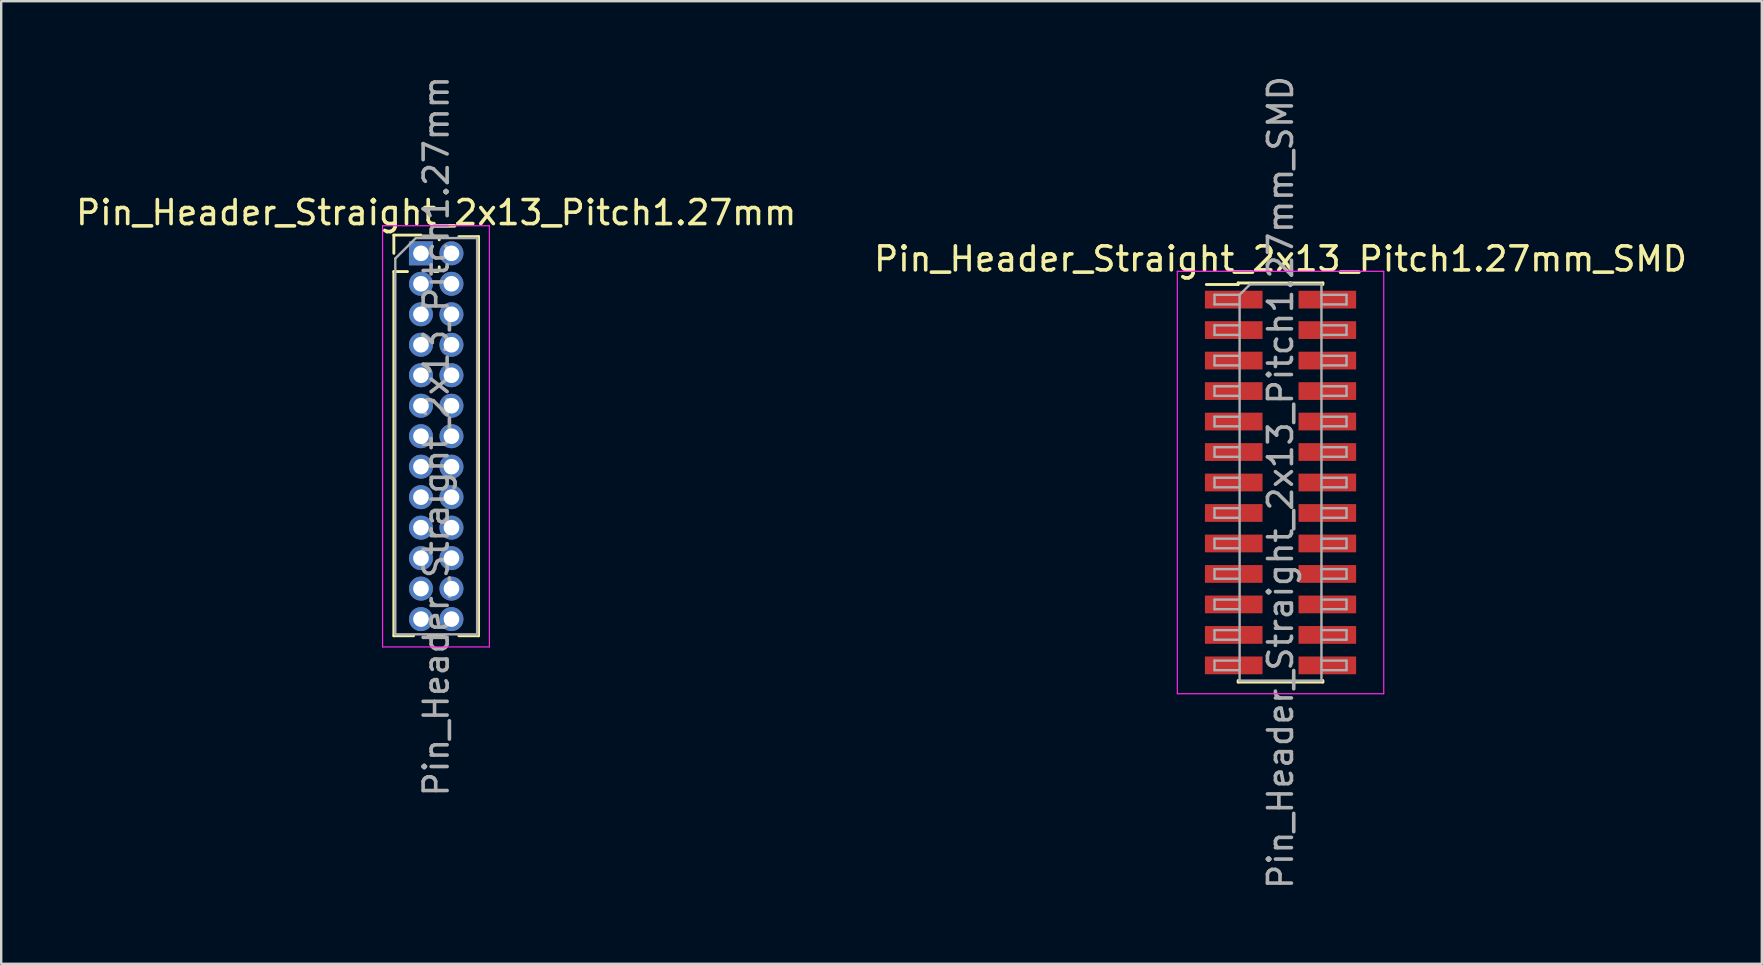
<source format=kicad_pcb>
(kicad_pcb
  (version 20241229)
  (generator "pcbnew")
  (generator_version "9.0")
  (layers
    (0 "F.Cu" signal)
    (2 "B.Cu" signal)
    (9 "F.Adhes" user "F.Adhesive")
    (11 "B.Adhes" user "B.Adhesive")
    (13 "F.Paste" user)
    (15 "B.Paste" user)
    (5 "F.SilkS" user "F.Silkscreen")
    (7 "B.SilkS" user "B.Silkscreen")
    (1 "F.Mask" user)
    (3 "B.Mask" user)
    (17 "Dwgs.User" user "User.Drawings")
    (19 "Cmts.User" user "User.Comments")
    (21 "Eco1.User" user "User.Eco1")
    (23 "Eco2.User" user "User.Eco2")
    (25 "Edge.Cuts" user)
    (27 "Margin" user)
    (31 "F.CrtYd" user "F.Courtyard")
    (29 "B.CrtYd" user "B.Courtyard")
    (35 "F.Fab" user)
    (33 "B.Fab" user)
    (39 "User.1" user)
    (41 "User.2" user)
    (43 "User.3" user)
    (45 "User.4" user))
  (footprint "Pin_Header_Straight_2x13_Pitch1.27mm_SMD"
    (layer "F.Cu")
    (at 50.304 17.054)
    (property "Reference" "Pin_Header_Straight_2x13_Pitch1.27mm_SMD" (at 0 -9.315 0) (layer "F.SilkS") (effects (font (size 1 1) (thickness 0.15))))
    (attr smd)
    (fp_line (start -3.09 -8.25) (end -1.765 -8.25) (stroke (width 0.12) (type solid)) (layer "F.SilkS"))
    (fp_line (start -1.765 -8.315) (end -1.765 -8.25) (stroke (width 0.12) (type solid)) (layer "F.SilkS"))
    (fp_line (start -1.765 -8.315) (end 1.765 -8.315) (stroke (width 0.12) (type solid)) (layer "F.SilkS"))
    (fp_line (start -1.765 8.25) (end -1.765 8.315) (stroke (width 0.12) (type solid)) (layer "F.SilkS"))
    (fp_line (start -1.765 8.315) (end 1.765 8.315) (stroke (width 0.12) (type solid)) (layer "F.SilkS"))
    (fp_line (start 1.765 -8.315) (end 1.765 -8.25) (stroke (width 0.12) (type solid)) (layer "F.SilkS"))
    (fp_line (start 1.765 8.25) (end 1.765 8.315) (stroke (width 0.12) (type solid)) (layer "F.SilkS"))
    (fp_line (start -4.3 -8.8) (end -4.3 8.8) (stroke (width 0.05) (type solid)) (layer "F.CrtYd"))
    (fp_line (start -4.3 8.8) (end 4.3 8.8) (stroke (width 0.05) (type solid)) (layer "F.CrtYd"))
    (fp_line (start 4.3 -8.8) (end -4.3 -8.8) (stroke (width 0.05) (type solid)) (layer "F.CrtYd"))
    (fp_line (start 4.3 8.8) (end 4.3 -8.8) (stroke (width 0.05) (type solid)) (layer "F.CrtYd"))
    (fp_line (start -2.75 -7.82) (end -2.75 -7.42) (stroke (width 0.1) (type solid)) (layer "F.Fab"))
    (fp_line (start -2.75 -7.42) (end -1.705 -7.42) (stroke (width 0.1) (type solid)) (layer "F.Fab"))
    (fp_line (start -2.75 -6.55) (end -2.75 -6.15) (stroke (width 0.1) (type solid)) (layer "F.Fab"))
    (fp_line (start -2.75 -6.15) (end -1.705 -6.15) (stroke (width 0.1) (type solid)) (layer "F.Fab"))
    (fp_line (start -2.75 -5.28) (end -2.75 -4.88) (stroke (width 0.1) (type solid)) (layer "F.Fab"))
    (fp_line (start -2.75 -4.88) (end -1.705 -4.88) (stroke (width 0.1) (type solid)) (layer "F.Fab"))
    (fp_line (start -2.75 -4.01) (end -2.75 -3.61) (stroke (width 0.1) (type solid)) (layer "F.Fab"))
    (fp_line (start -2.75 -3.61) (end -1.705 -3.61) (stroke (width 0.1) (type solid)) (layer "F.Fab"))
    (fp_line (start -2.75 -2.74) (end -2.75 -2.34) (stroke (width 0.1) (type solid)) (layer "F.Fab"))
    (fp_line (start -2.75 -2.34) (end -1.705 -2.34) (stroke (width 0.1) (type solid)) (layer "F.Fab"))
    (fp_line (start -2.75 -1.47) (end -2.75 -1.07) (stroke (width 0.1) (type solid)) (layer "F.Fab"))
    (fp_line (start -2.75 -1.07) (end -1.705 -1.07) (stroke (width 0.1) (type solid)) (layer "F.Fab"))
    (fp_line (start -2.75 -0.2) (end -2.75 0.2) (stroke (width 0.1) (type solid)) (layer "F.Fab"))
    (fp_line (start -2.75 0.2) (end -1.705 0.2) (stroke (width 0.1) (type solid)) (layer "F.Fab"))
    (fp_line (start -2.75 1.07) (end -2.75 1.47) (stroke (width 0.1) (type solid)) (layer "F.Fab"))
    (fp_line (start -2.75 1.47) (end -1.705 1.47) (stroke (width 0.1) (type solid)) (layer "F.Fab"))
    (fp_line (start -2.75 2.34) (end -2.75 2.74) (stroke (width 0.1) (type solid)) (layer "F.Fab"))
    (fp_line (start -2.75 2.74) (end -1.705 2.74) (stroke (width 0.1) (type solid)) (layer "F.Fab"))
    (fp_line (start -2.75 3.61) (end -2.75 4.01) (stroke (width 0.1) (type solid)) (layer "F.Fab"))
    (fp_line (start -2.75 4.01) (end -1.705 4.01) (stroke (width 0.1) (type solid)) (layer "F.Fab"))
    (fp_line (start -2.75 4.88) (end -2.75 5.28) (stroke (width 0.1) (type solid)) (layer "F.Fab"))
    (fp_line (start -2.75 5.28) (end -1.705 5.28) (stroke (width 0.1) (type solid)) (layer "F.Fab"))
    (fp_line (start -2.75 6.15) (end -2.75 6.55) (stroke (width 0.1) (type solid)) (layer "F.Fab"))
    (fp_line (start -2.75 6.55) (end -1.705 6.55) (stroke (width 0.1) (type solid)) (layer "F.Fab"))
    (fp_line (start -2.75 7.42) (end -2.75 7.82) (stroke (width 0.1) (type solid)) (layer "F.Fab"))
    (fp_line (start -2.75 7.82) (end -1.705 7.82) (stroke (width 0.1) (type solid)) (layer "F.Fab"))
    (fp_line (start -1.705 -7.82) (end -2.75 -7.82) (stroke (width 0.1) (type solid)) (layer "F.Fab"))
    (fp_line (start -1.705 -7.82) (end -1.27 -8.255) (stroke (width 0.1) (type solid)) (layer "F.Fab"))
    (fp_line (start -1.705 -6.55) (end -2.75 -6.55) (stroke (width 0.1) (type solid)) (layer "F.Fab"))
    (fp_line (start -1.705 -5.28) (end -2.75 -5.28) (stroke (width 0.1) (type solid)) (layer "F.Fab"))
    (fp_line (start -1.705 -4.01) (end -2.75 -4.01) (stroke (width 0.1) (type solid)) (layer "F.Fab"))
    (fp_line (start -1.705 -2.74) (end -2.75 -2.74) (stroke (width 0.1) (type solid)) (layer "F.Fab"))
    (fp_line (start -1.705 -1.47) (end -2.75 -1.47) (stroke (width 0.1) (type solid)) (layer "F.Fab"))
    (fp_line (start -1.705 -0.2) (end -2.75 -0.2) (stroke (width 0.1) (type solid)) (layer "F.Fab"))
    (fp_line (start -1.705 1.07) (end -2.75 1.07) (stroke (width 0.1) (type solid)) (layer "F.Fab"))
    (fp_line (start -1.705 2.34) (end -2.75 2.34) (stroke (width 0.1) (type solid)) (layer "F.Fab"))
    (fp_line (start -1.705 3.61) (end -2.75 3.61) (stroke (width 0.1) (type solid)) (layer "F.Fab"))
    (fp_line (start -1.705 4.88) (end -2.75 4.88) (stroke (width 0.1) (type solid)) (layer "F.Fab"))
    (fp_line (start -1.705 6.15) (end -2.75 6.15) (stroke (width 0.1) (type solid)) (layer "F.Fab"))
    (fp_line (start -1.705 7.42) (end -2.75 7.42) (stroke (width 0.1) (type solid)) (layer "F.Fab"))
    (fp_line (start -1.705 8.255) (end -1.705 -7.82) (stroke (width 0.1) (type solid)) (layer "F.Fab"))
    (fp_line (start -1.27 -8.255) (end 1.705 -8.255) (stroke (width 0.1) (type solid)) (layer "F.Fab"))
    (fp_line (start 1.705 -8.255) (end 1.705 8.255) (stroke (width 0.1) (type solid)) (layer "F.Fab"))
    (fp_line (start 1.705 -7.82) (end 2.75 -7.82) (stroke (width 0.1) (type solid)) (layer "F.Fab"))
    (fp_line (start 1.705 -6.55) (end 2.75 -6.55) (stroke (width 0.1) (type solid)) (layer "F.Fab"))
    (fp_line (start 1.705 -5.28) (end 2.75 -5.28) (stroke (width 0.1) (type solid)) (layer "F.Fab"))
    (fp_line (start 1.705 -4.01) (end 2.75 -4.01) (stroke (width 0.1) (type solid)) (layer "F.Fab"))
    (fp_line (start 1.705 -2.74) (end 2.75 -2.74) (stroke (width 0.1) (type solid)) (layer "F.Fab"))
    (fp_line (start 1.705 -1.47) (end 2.75 -1.47) (stroke (width 0.1) (type solid)) (layer "F.Fab"))
    (fp_line (start 1.705 -0.2) (end 2.75 -0.2) (stroke (width 0.1) (type solid)) (layer "F.Fab"))
    (fp_line (start 1.705 1.07) (end 2.75 1.07) (stroke (width 0.1) (type solid)) (layer "F.Fab"))
    (fp_line (start 1.705 2.34) (end 2.75 2.34) (stroke (width 0.1) (type solid)) (layer "F.Fab"))
    (fp_line (start 1.705 3.61) (end 2.75 3.61) (stroke (width 0.1) (type solid)) (layer "F.Fab"))
    (fp_line (start 1.705 4.88) (end 2.75 4.88) (stroke (width 0.1) (type solid)) (layer "F.Fab"))
    (fp_line (start 1.705 6.15) (end 2.75 6.15) (stroke (width 0.1) (type solid)) (layer "F.Fab"))
    (fp_line (start 1.705 7.42) (end 2.75 7.42) (stroke (width 0.1) (type solid)) (layer "F.Fab"))
    (fp_line (start 1.705 8.255) (end -1.705 8.255) (stroke (width 0.1) (type solid)) (layer "F.Fab"))
    (fp_line (start 2.75 -7.82) (end 2.75 -7.42) (stroke (width 0.1) (type solid)) (layer "F.Fab"))
    (fp_line (start 2.75 -7.42) (end 1.705 -7.42) (stroke (width 0.1) (type solid)) (layer "F.Fab"))
    (fp_line (start 2.75 -6.55) (end 2.75 -6.15) (stroke (width 0.1) (type solid)) (layer "F.Fab"))
    (fp_line (start 2.75 -6.15) (end 1.705 -6.15) (stroke (width 0.1) (type solid)) (layer "F.Fab"))
    (fp_line (start 2.75 -5.28) (end 2.75 -4.88) (stroke (width 0.1) (type solid)) (layer "F.Fab"))
    (fp_line (start 2.75 -4.88) (end 1.705 -4.88) (stroke (width 0.1) (type solid)) (layer "F.Fab"))
    (fp_line (start 2.75 -4.01) (end 2.75 -3.61) (stroke (width 0.1) (type solid)) (layer "F.Fab"))
    (fp_line (start 2.75 -3.61) (end 1.705 -3.61) (stroke (width 0.1) (type solid)) (layer "F.Fab"))
    (fp_line (start 2.75 -2.74) (end 2.75 -2.34) (stroke (width 0.1) (type solid)) (layer "F.Fab"))
    (fp_line (start 2.75 -2.34) (end 1.705 -2.34) (stroke (width 0.1) (type solid)) (layer "F.Fab"))
    (fp_line (start 2.75 -1.47) (end 2.75 -1.07) (stroke (width 0.1) (type solid)) (layer "F.Fab"))
    (fp_line (start 2.75 -1.07) (end 1.705 -1.07) (stroke (width 0.1) (type solid)) (layer "F.Fab"))
    (fp_line (start 2.75 -0.2) (end 2.75 0.2) (stroke (width 0.1) (type solid)) (layer "F.Fab"))
    (fp_line (start 2.75 0.2) (end 1.705 0.2) (stroke (width 0.1) (type solid)) (layer "F.Fab"))
    (fp_line (start 2.75 1.07) (end 2.75 1.47) (stroke (width 0.1) (type solid)) (layer "F.Fab"))
    (fp_line (start 2.75 1.47) (end 1.705 1.47) (stroke (width 0.1) (type solid)) (layer "F.Fab"))
    (fp_line (start 2.75 2.34) (end 2.75 2.74) (stroke (width 0.1) (type solid)) (layer "F.Fab"))
    (fp_line (start 2.75 2.74) (end 1.705 2.74) (stroke (width 0.1) (type solid)) (layer "F.Fab"))
    (fp_line (start 2.75 3.61) (end 2.75 4.01) (stroke (width 0.1) (type solid)) (layer "F.Fab"))
    (fp_line (start 2.75 4.01) (end 1.705 4.01) (stroke (width 0.1) (type solid)) (layer "F.Fab"))
    (fp_line (start 2.75 4.88) (end 2.75 5.28) (stroke (width 0.1) (type solid)) (layer "F.Fab"))
    (fp_line (start 2.75 5.28) (end 1.705 5.28) (stroke (width 0.1) (type solid)) (layer "F.Fab"))
    (fp_line (start 2.75 6.15) (end 2.75 6.55) (stroke (width 0.1) (type solid)) (layer "F.Fab"))
    (fp_line (start 2.75 6.55) (end 1.705 6.55) (stroke (width 0.1) (type solid)) (layer "F.Fab"))
    (fp_line (start 2.75 7.42) (end 2.75 7.82) (stroke (width 0.1) (type solid)) (layer "F.Fab"))
    (fp_line (start 2.75 7.82) (end 1.705 7.82) (stroke (width 0.1) (type solid)) (layer "F.Fab"))
    (fp_text user "${REFERENCE}" (at 0 0 90) (layer "F.Fab") (effects (font (size 1 1) (thickness 0.15))))
    (pad "1" smd rect (at -1.95 -7.62) (size 2.4 0.74) (layers "F.Cu" "F.Mask" "F.Paste"))
    (pad "2" smd rect (at 1.95 -7.62) (size 2.4 0.74) (layers "F.Cu" "F.Mask" "F.Paste"))
    (pad "3" smd rect (at -1.95 -6.35) (size 2.4 0.74) (layers "F.Cu" "F.Mask" "F.Paste"))
    (pad "4" smd rect (at 1.95 -6.35) (size 2.4 0.74) (layers "F.Cu" "F.Mask" "F.Paste"))
    (pad "5" smd rect (at -1.95 -5.08) (size 2.4 0.74) (layers "F.Cu" "F.Mask" "F.Paste"))
    (pad "6" smd rect (at 1.95 -5.08) (size 2.4 0.74) (layers "F.Cu" "F.Mask" "F.Paste"))
    (pad "7" smd rect (at -1.95 -3.81) (size 2.4 0.74) (layers "F.Cu" "F.Mask" "F.Paste"))
    (pad "8" smd rect (at 1.95 -3.81) (size 2.4 0.74) (layers "F.Cu" "F.Mask" "F.Paste"))
    (pad "9" smd rect (at -1.95 -2.54) (size 2.4 0.74) (layers "F.Cu" "F.Mask" "F.Paste"))
    (pad "10" smd rect (at 1.95 -2.54) (size 2.4 0.74) (layers "F.Cu" "F.Mask" "F.Paste"))
    (pad "11" smd rect (at -1.95 -1.27) (size 2.4 0.74) (layers "F.Cu" "F.Mask" "F.Paste"))
    (pad "12" smd rect (at 1.95 -1.27) (size 2.4 0.74) (layers "F.Cu" "F.Mask" "F.Paste"))
    (pad "13" smd rect (at -1.95 0) (size 2.4 0.74) (layers "F.Cu" "F.Mask" "F.Paste"))
    (pad "14" smd rect (at 1.95 0) (size 2.4 0.74) (layers "F.Cu" "F.Mask" "F.Paste"))
    (pad "15" smd rect (at -1.95 1.27) (size 2.4 0.74) (layers "F.Cu" "F.Mask" "F.Paste"))
    (pad "16" smd rect (at 1.95 1.27) (size 2.4 0.74) (layers "F.Cu" "F.Mask" "F.Paste"))
    (pad "17" smd rect (at -1.95 2.54) (size 2.4 0.74) (layers "F.Cu" "F.Mask" "F.Paste"))
    (pad "18" smd rect (at 1.95 2.54) (size 2.4 0.74) (layers "F.Cu" "F.Mask" "F.Paste"))
    (pad "19" smd rect (at -1.95 3.81) (size 2.4 0.74) (layers "F.Cu" "F.Mask" "F.Paste"))
    (pad "20" smd rect (at 1.95 3.81) (size 2.4 0.74) (layers "F.Cu" "F.Mask" "F.Paste"))
    (pad "21" smd rect (at -1.95 5.08) (size 2.4 0.74) (layers "F.Cu" "F.Mask" "F.Paste"))
    (pad "22" smd rect (at 1.95 5.08) (size 2.4 0.74) (layers "F.Cu" "F.Mask" "F.Paste"))
    (pad "23" smd rect (at -1.95 6.35) (size 2.4 0.74) (layers "F.Cu" "F.Mask" "F.Paste"))
    (pad "24" smd rect (at 1.95 6.35) (size 2.4 0.74) (layers "F.Cu" "F.Mask" "F.Paste"))
    (pad "25" smd rect (at -1.95 7.62) (size 2.4 0.74) (layers "F.Cu" "F.Mask" "F.Paste"))
    (pad "26" smd rect (at 1.95 7.62) (size 2.4 0.74) (layers "F.Cu" "F.Mask" "F.Paste")))
  (footprint "Pin_Header_Straight_2x13_Pitch1.27mm"
    (layer "F.Cu")
    (at 14.49 7.505)
    (property "Reference" "Pin_Header_Straight_2x13_Pitch1.27mm" (at 0.635 -1.695 0) (layer "F.SilkS") (effects (font (size 1 1) (thickness 0.15))))
    (attr through_hole)
    (fp_line (start -1.13 -0.76) (end 0 -0.76) (stroke (width 0.12) (type solid)) (layer "F.SilkS"))
    (fp_line (start -1.13 0) (end -1.13 -0.76) (stroke (width 0.12) (type solid)) (layer "F.SilkS"))
    (fp_line (start -1.13 0.76) (end -1.13 15.935) (stroke (width 0.12) (type solid)) (layer "F.SilkS"))
    (fp_line (start -1.13 0.76) (end -0.563 0.76) (stroke (width 0.12) (type solid)) (layer "F.SilkS"))
    (fp_line (start -1.13 15.935) (end -0.308 15.935) (stroke (width 0.12) (type solid)) (layer "F.SilkS"))
    (fp_line (start 0.308 15.935) (end 0.962 15.935) (stroke (width 0.12) (type solid)) (layer "F.SilkS"))
    (fp_line (start 0.563 0.76) (end 0.707 0.76) (stroke (width 0.12) (type solid)) (layer "F.SilkS"))
    (fp_line (start 0.76 -0.695) (end 0.962 -0.695) (stroke (width 0.12) (type solid)) (layer "F.SilkS"))
    (fp_line (start 0.76 -0.563) (end 0.76 -0.695) (stroke (width 0.12) (type solid)) (layer "F.SilkS"))
    (fp_line (start 0.76 0.707) (end 0.76 0.563) (stroke (width 0.12) (type solid)) (layer "F.SilkS"))
    (fp_line (start 1.578 -0.695) (end 2.4 -0.695) (stroke (width 0.12) (type solid)) (layer "F.SilkS"))
    (fp_line (start 1.578 15.935) (end 2.4 15.935) (stroke (width 0.12) (type solid)) (layer "F.SilkS"))
    (fp_line (start 2.4 -0.695) (end 2.4 15.935) (stroke (width 0.12) (type solid)) (layer "F.SilkS"))
    (fp_line (start -1.6 -1.15) (end -1.6 16.4) (stroke (width 0.05) (type solid)) (layer "F.CrtYd"))
    (fp_line (start -1.6 16.4) (end 2.85 16.4) (stroke (width 0.05) (type solid)) (layer "F.CrtYd"))
    (fp_line (start 2.85 -1.15) (end -1.6 -1.15) (stroke (width 0.05) (type solid)) (layer "F.CrtYd"))
    (fp_line (start 2.85 16.4) (end 2.85 -1.15) (stroke (width 0.05) (type solid)) (layer "F.CrtYd"))
    (fp_line (start -1.07 0.217) (end -0.217 -0.635) (stroke (width 0.1) (type solid)) (layer "F.Fab"))
    (fp_line (start -1.07 15.875) (end -1.07 0.217) (stroke (width 0.1) (type solid)) (layer "F.Fab"))
    (fp_line (start -0.217 -0.635) (end 2.34 -0.635) (stroke (width 0.1) (type solid)) (layer "F.Fab"))
    (fp_line (start 2.34 -0.635) (end 2.34 15.875) (stroke (width 0.1) (type solid)) (layer "F.Fab"))
    (fp_line (start 2.34 15.875) (end -1.07 15.875) (stroke (width 0.1) (type solid)) (layer "F.Fab"))
    (fp_text user "${REFERENCE}" (at 0.635 7.62 90) (layer "F.Fab") (effects (font (size 1 1) (thickness 0.15))))
    (pad "1" thru_hole rect (at 0 0) (size 1 1) (drill 0.65) (layers "*.Cu" "*.Mask"))
    (pad "2" thru_hole oval (at 1.27 0) (size 1 1) (drill 0.65) (layers "*.Cu" "*.Mask"))
    (pad "3" thru_hole oval (at 0 1.27) (size 1 1) (drill 0.65) (layers "*.Cu" "*.Mask"))
    (pad "4" thru_hole oval (at 1.27 1.27) (size 1 1) (drill 0.65) (layers "*.Cu" "*.Mask"))
    (pad "5" thru_hole oval (at 0 2.54) (size 1 1) (drill 0.65) (layers "*.Cu" "*.Mask"))
    (pad "6" thru_hole oval (at 1.27 2.54) (size 1 1) (drill 0.65) (layers "*.Cu" "*.Mask"))
    (pad "7" thru_hole oval (at 0 3.81) (size 1 1) (drill 0.65) (layers "*.Cu" "*.Mask"))
    (pad "8" thru_hole oval (at 1.27 3.81) (size 1 1) (drill 0.65) (layers "*.Cu" "*.Mask"))
    (pad "9" thru_hole oval (at 0 5.08) (size 1 1) (drill 0.65) (layers "*.Cu" "*.Mask"))
    (pad "10" thru_hole oval (at 1.27 5.08) (size 1 1) (drill 0.65) (layers "*.Cu" "*.Mask"))
    (pad "11" thru_hole oval (at 0 6.35) (size 1 1) (drill 0.65) (layers "*.Cu" "*.Mask"))
    (pad "12" thru_hole oval (at 1.27 6.35) (size 1 1) (drill 0.65) (layers "*.Cu" "*.Mask"))
    (pad "13" thru_hole oval (at 0 7.62) (size 1 1) (drill 0.65) (layers "*.Cu" "*.Mask"))
    (pad "14" thru_hole oval (at 1.27 7.62) (size 1 1) (drill 0.65) (layers "*.Cu" "*.Mask"))
    (pad "15" thru_hole oval (at 0 8.89) (size 1 1) (drill 0.65) (layers "*.Cu" "*.Mask"))
    (pad "16" thru_hole oval (at 1.27 8.89) (size 1 1) (drill 0.65) (layers "*.Cu" "*.Mask"))
    (pad "17" thru_hole oval (at 0 10.16) (size 1 1) (drill 0.65) (layers "*.Cu" "*.Mask"))
    (pad "18" thru_hole oval (at 1.27 10.16) (size 1 1) (drill 0.65) (layers "*.Cu" "*.Mask"))
    (pad "19" thru_hole oval (at 0 11.43) (size 1 1) (drill 0.65) (layers "*.Cu" "*.Mask"))
    (pad "20" thru_hole oval (at 1.27 11.43) (size 1 1) (drill 0.65) (layers "*.Cu" "*.Mask"))
    (pad "21" thru_hole oval (at 0 12.7) (size 1 1) (drill 0.65) (layers "*.Cu" "*.Mask"))
    (pad "22" thru_hole oval (at 1.27 12.7) (size 1 1) (drill 0.65) (layers "*.Cu" "*.Mask"))
    (pad "23" thru_hole oval (at 0 13.97) (size 1 1) (drill 0.65) (layers "*.Cu" "*.Mask"))
    (pad "24" thru_hole oval (at 1.27 13.97) (size 1 1) (drill 0.65) (layers "*.Cu" "*.Mask"))
    (pad "25" thru_hole oval (at 0 15.24) (size 1 1) (drill 0.65) (layers "*.Cu" "*.Mask"))
    (pad "26" thru_hole oval (at 1.27 15.24) (size 1 1) (drill 0.65) (layers "*.Cu" "*.Mask")))
  (gr_rect
    (start -3 -3)
    (end 70.357 37.107)
    (stroke (width 0.1) (type default))
    (fill no)
    (layer "Edge.Cuts")))
</source>
